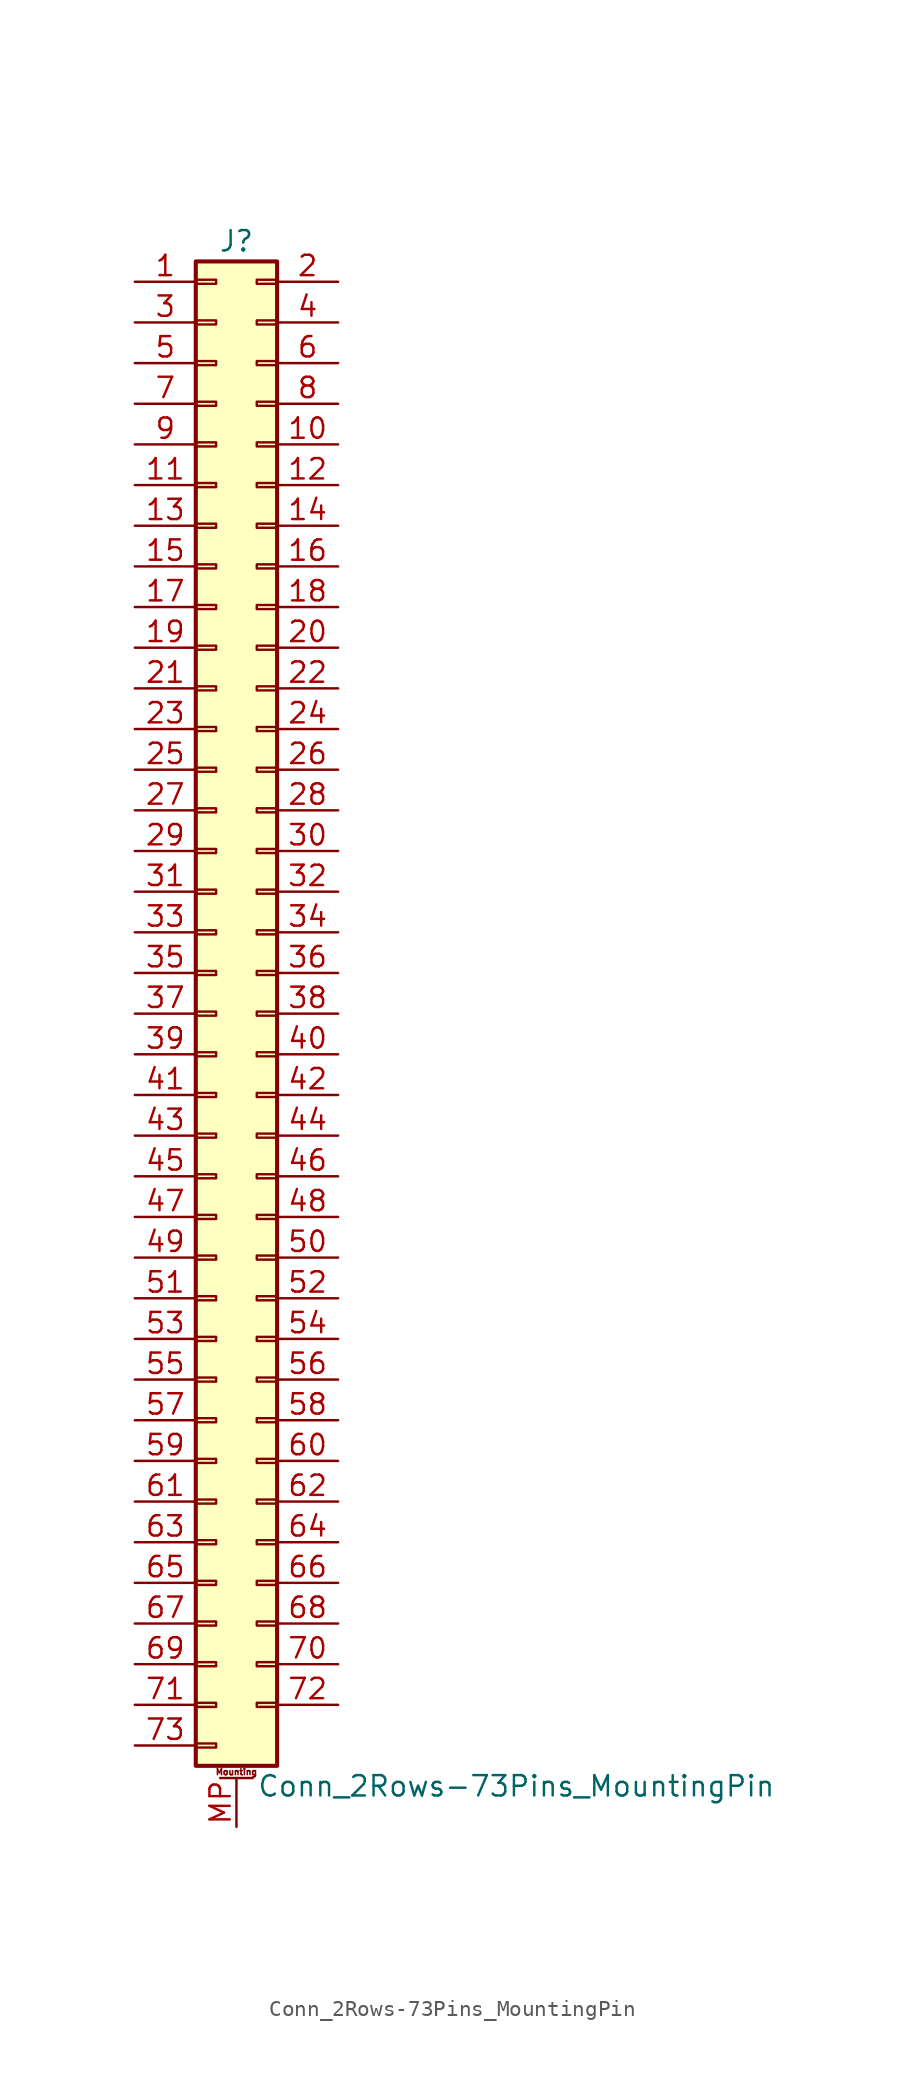
<source format=kicad_sym>
(kicad_symbol_lib
  (version 20201005)
  (generator kicad_symbol_editor)
  (symbol "Connector_Generic_MountingPin:Conn_2Rows-73Pins_MountingPin"
    (pin_names
      (offset 1.016) hide)
    (property "Reference" "J"
      (at 1.27 48.26 0)
      (effects (font (size 1.27 1.27))))
    (property "Value" "Conn_2Rows-73Pins_MountingPin"
      (at 2.54 -48.26 0)
      (effects (font (size 1.27 1.27)) (justify left)))
    (symbol "Conn_2Rows-73Pins_MountingPin_1_1"
      (text "Mounting" (at 1.27 -47.371 0) (effects (font (size 0.381 0.381))))
      (rectangle (start -1.27 -27.813) (end 0 -28.067) (stroke (width 0.152)) (fill (type none)))
      (rectangle (start -1.27 -30.353) (end 0 -30.607) (stroke (width 0.152)) (fill (type none)))
      (rectangle (start -1.27 -32.893) (end 0 -33.147) (stroke (width 0.152)) (fill (type none)))
      (rectangle (start -1.27 -35.433) (end 0 -35.687) (stroke (width 0.152)) (fill (type none)))
      (rectangle (start -1.27 -37.973) (end 0 -38.227) (stroke (width 0.152)) (fill (type none)))
      (rectangle (start -1.27 -40.513) (end 0 -40.767) (stroke (width 0.152)) (fill (type none)))
      (rectangle (start -1.27 -43.053) (end 0 -43.307) (stroke (width 0.152)) (fill (type none)))
      (rectangle (start -1.27 -45.593) (end 0 -45.847) (stroke (width 0.152)) (fill (type none)))
      (rectangle (start -1.27 -4.953) (end 0 -5.207) (stroke (width 0.152)) (fill (type none)))
      (rectangle (start -1.27 -7.493) (end 0 -7.747) (stroke (width 0.152)) (fill (type none)))
      (rectangle (start -1.27 -10.033) (end 0 -10.287) (stroke (width 0.152)) (fill (type none)))
      (rectangle (start -1.27 -12.573) (end 0 -12.827) (stroke (width 0.152)) (fill (type none)))
      (rectangle (start -1.27 -15.113) (end 0 -15.367) (stroke (width 0.152)) (fill (type none)))
      (rectangle (start -1.27 -17.653) (end 0 -17.907) (stroke (width 0.152)) (fill (type none)))
      (rectangle (start -1.27 -20.193) (end 0 -20.447) (stroke (width 0.152)) (fill (type none)))
      (rectangle (start -1.27 -22.733) (end 0 -22.987) (stroke (width 0.152)) (fill (type none)))
      (rectangle (start -1.27 -2.413) (end 0 -2.667) (stroke (width 0.152)) (fill (type none)))
      (rectangle (start -1.27 -25.273) (end 0 -25.527) (stroke (width 0.152)) (fill (type none)))
      (rectangle (start -1.27 25.527) (end 0 25.273) (stroke (width 0.152)) (fill (type none)))
      (rectangle (start -1.27 2.667) (end 0 2.413) (stroke (width 0.152)) (fill (type none)))
      (rectangle (start -1.27 28.067) (end 0 27.813) (stroke (width 0.152)) (fill (type none)))
      (rectangle (start -1.27 30.607) (end 0 30.353) (stroke (width 0.152)) (fill (type none)))
      (rectangle (start -1.27 33.147) (end 0 32.893) (stroke (width 0.152)) (fill (type none)))
      (rectangle (start -1.27 35.687) (end 0 35.433) (stroke (width 0.152)) (fill (type none)))
      (rectangle (start -1.27 38.227) (end 0 37.973) (stroke (width 0.152)) (fill (type none)))
      (rectangle (start -1.27 40.767) (end 0 40.513) (stroke (width 0.152)) (fill (type none)))
      (rectangle (start -1.27 43.307) (end 0 43.053) (stroke (width 0.152)) (fill (type none)))
      (rectangle (start -1.27 45.847) (end 0 45.593) (stroke (width 0.152)) (fill (type none)))
      (rectangle (start -1.27 46.99) (end 3.81 -46.99) (stroke (width 0.254)) (fill (type background)))
      (rectangle (start -1.27 5.207) (end 0 4.953) (stroke (width 0.152)) (fill (type none)))
      (rectangle (start -1.27 7.747) (end 0 7.493) (stroke (width 0.152)) (fill (type none)))
      (rectangle (start -1.27 10.287) (end 0 10.033) (stroke (width 0.152)) (fill (type none)))
      (rectangle (start -1.27 0.127) (end 0 -0.127) (stroke (width 0.152)) (fill (type none)))
      (rectangle (start -1.27 12.827) (end 0 12.573) (stroke (width 0.152)) (fill (type none)))
      (rectangle (start -1.27 15.367) (end 0 15.113) (stroke (width 0.152)) (fill (type none)))
      (rectangle (start -1.27 17.907) (end 0 17.653) (stroke (width 0.152)) (fill (type none)))
      (rectangle (start -1.27 20.447) (end 0 20.193) (stroke (width 0.152)) (fill (type none)))
      (rectangle (start -1.27 22.987) (end 0 22.733) (stroke (width 0.152)) (fill (type none)))
      (rectangle (start 3.81 -27.813) (end 2.54 -28.067) (stroke (width 0.152)) (fill (type none)))
      (rectangle (start 3.81 -30.353) (end 2.54 -30.607) (stroke (width 0.152)) (fill (type none)))
      (rectangle (start 3.81 -32.893) (end 2.54 -33.147) (stroke (width 0.152)) (fill (type none)))
      (rectangle (start 3.81 -35.433) (end 2.54 -35.687) (stroke (width 0.152)) (fill (type none)))
      (rectangle (start 3.81 -37.973) (end 2.54 -38.227) (stroke (width 0.152)) (fill (type none)))
      (rectangle (start 3.81 -40.513) (end 2.54 -40.767) (stroke (width 0.152)) (fill (type none)))
      (rectangle (start 3.81 -43.053) (end 2.54 -43.307) (stroke (width 0.152)) (fill (type none)))
      (rectangle (start 3.81 -4.953) (end 2.54 -5.207) (stroke (width 0.152)) (fill (type none)))
      (rectangle (start 3.81 -7.493) (end 2.54 -7.747) (stroke (width 0.152)) (fill (type none)))
      (rectangle (start 3.81 -10.033) (end 2.54 -10.287) (stroke (width 0.152)) (fill (type none)))
      (rectangle (start 3.81 -12.573) (end 2.54 -12.827) (stroke (width 0.152)) (fill (type none)))
      (rectangle (start 3.81 -15.113) (end 2.54 -15.367) (stroke (width 0.152)) (fill (type none)))
      (rectangle (start 3.81 -17.653) (end 2.54 -17.907) (stroke (width 0.152)) (fill (type none)))
      (rectangle (start 3.81 -20.193) (end 2.54 -20.447) (stroke (width 0.152)) (fill (type none)))
      (rectangle (start 3.81 -22.733) (end 2.54 -22.987) (stroke (width 0.152)) (fill (type none)))
      (rectangle (start 3.81 -2.413) (end 2.54 -2.667) (stroke (width 0.152)) (fill (type none)))
      (rectangle (start 3.81 -25.273) (end 2.54 -25.527) (stroke (width 0.152)) (fill (type none)))
      (rectangle (start 3.81 25.527) (end 2.54 25.273) (stroke (width 0.152)) (fill (type none)))
      (rectangle (start 3.81 2.667) (end 2.54 2.413) (stroke (width 0.152)) (fill (type none)))
      (rectangle (start 3.81 28.067) (end 2.54 27.813) (stroke (width 0.152)) (fill (type none)))
      (rectangle (start 3.81 30.607) (end 2.54 30.353) (stroke (width 0.152)) (fill (type none)))
      (rectangle (start 3.81 33.147) (end 2.54 32.893) (stroke (width 0.152)) (fill (type none)))
      (rectangle (start 3.81 35.687) (end 2.54 35.433) (stroke (width 0.152)) (fill (type none)))
      (rectangle (start 3.81 38.227) (end 2.54 37.973) (stroke (width 0.152)) (fill (type none)))
      (rectangle (start 3.81 40.767) (end 2.54 40.513) (stroke (width 0.152)) (fill (type none)))
      (rectangle (start 3.81 43.307) (end 2.54 43.053) (stroke (width 0.152)) (fill (type none)))
      (rectangle (start 3.81 45.847) (end 2.54 45.593) (stroke (width 0.152)) (fill (type none)))
      (rectangle (start 3.81 5.207) (end 2.54 4.953) (stroke (width 0.152)) (fill (type none)))
      (rectangle (start 3.81 7.747) (end 2.54 7.493) (stroke (width 0.152)) (fill (type none)))
      (rectangle (start 3.81 10.287) (end 2.54 10.033) (stroke (width 0.152)) (fill (type none)))
      (rectangle (start 3.81 0.127) (end 2.54 -0.127) (stroke (width 0.152)) (fill (type none)))
      (rectangle (start 3.81 12.827) (end 2.54 12.573) (stroke (width 0.152)) (fill (type none)))
      (rectangle (start 3.81 15.367) (end 2.54 15.113) (stroke (width 0.152)) (fill (type none)))
      (rectangle (start 3.81 17.907) (end 2.54 17.653) (stroke (width 0.152)) (fill (type none)))
      (rectangle (start 3.81 20.447) (end 2.54 20.193) (stroke (width 0.152)) (fill (type none)))
      (rectangle (start 3.81 22.987) (end 2.54 22.733) (stroke (width 0.152)) (fill (type none)))
      (polyline (pts (xy 0.254 -47.752) (xy 2.286 -47.752)) (stroke (width 0.152)) (fill (type none)))
      (pin passive line (at 1.27 -50.8 90) (length 3.048) (name "MountPin" (effects (font (size 1.27 1.27)))) (number "MP" (effects (font (size 1.27 1.27)))))
      (pin passive line (at -5.08 45.72 0) (length 3.81) (name "Pin_1" (effects (font (size 1.27 1.27)))) (number "1" (effects (font (size 1.27 1.27)))))
      (pin passive line (at 7.62 35.56 180) (length 3.81) (name "Pin_10" (effects (font (size 1.27 1.27)))) (number "10" (effects (font (size 1.27 1.27)))))
      (pin passive line (at -5.08 33.02 0) (length 3.81) (name "Pin_11" (effects (font (size 1.27 1.27)))) (number "11" (effects (font (size 1.27 1.27)))))
      (pin passive line (at 7.62 33.02 180) (length 3.81) (name "Pin_12" (effects (font (size 1.27 1.27)))) (number "12" (effects (font (size 1.27 1.27)))))
      (pin passive line (at -5.08 30.48 0) (length 3.81) (name "Pin_13" (effects (font (size 1.27 1.27)))) (number "13" (effects (font (size 1.27 1.27)))))
      (pin passive line (at 7.62 30.48 180) (length 3.81) (name "Pin_14" (effects (font (size 1.27 1.27)))) (number "14" (effects (font (size 1.27 1.27)))))
      (pin passive line (at -5.08 27.94 0) (length 3.81) (name "Pin_15" (effects (font (size 1.27 1.27)))) (number "15" (effects (font (size 1.27 1.27)))))
      (pin passive line (at 7.62 27.94 180) (length 3.81) (name "Pin_16" (effects (font (size 1.27 1.27)))) (number "16" (effects (font (size 1.27 1.27)))))
      (pin passive line (at -5.08 25.4 0) (length 3.81) (name "Pin_17" (effects (font (size 1.27 1.27)))) (number "17" (effects (font (size 1.27 1.27)))))
      (pin passive line (at 7.62 25.4 180) (length 3.81) (name "Pin_18" (effects (font (size 1.27 1.27)))) (number "18" (effects (font (size 1.27 1.27)))))
      (pin passive line (at -5.08 22.86 0) (length 3.81) (name "Pin_19" (effects (font (size 1.27 1.27)))) (number "19" (effects (font (size 1.27 1.27)))))
      (pin passive line (at 7.62 45.72 180) (length 3.81) (name "Pin_2" (effects (font (size 1.27 1.27)))) (number "2" (effects (font (size 1.27 1.27)))))
      (pin passive line (at 7.62 22.86 180) (length 3.81) (name "Pin_20" (effects (font (size 1.27 1.27)))) (number "20" (effects (font (size 1.27 1.27)))))
      (pin passive line (at -5.08 20.32 0) (length 3.81) (name "Pin_21" (effects (font (size 1.27 1.27)))) (number "21" (effects (font (size 1.27 1.27)))))
      (pin passive line (at 7.62 20.32 180) (length 3.81) (name "Pin_22" (effects (font (size 1.27 1.27)))) (number "22" (effects (font (size 1.27 1.27)))))
      (pin passive line (at -5.08 17.78 0) (length 3.81) (name "Pin_23" (effects (font (size 1.27 1.27)))) (number "23" (effects (font (size 1.27 1.27)))))
      (pin passive line (at 7.62 17.78 180) (length 3.81) (name "Pin_24" (effects (font (size 1.27 1.27)))) (number "24" (effects (font (size 1.27 1.27)))))
      (pin passive line (at -5.08 15.24 0) (length 3.81) (name "Pin_25" (effects (font (size 1.27 1.27)))) (number "25" (effects (font (size 1.27 1.27)))))
      (pin passive line (at 7.62 15.24 180) (length 3.81) (name "Pin_26" (effects (font (size 1.27 1.27)))) (number "26" (effects (font (size 1.27 1.27)))))
      (pin passive line (at -5.08 12.7 0) (length 3.81) (name "Pin_27" (effects (font (size 1.27 1.27)))) (number "27" (effects (font (size 1.27 1.27)))))
      (pin passive line (at 7.62 12.7 180) (length 3.81) (name "Pin_28" (effects (font (size 1.27 1.27)))) (number "28" (effects (font (size 1.27 1.27)))))
      (pin passive line (at -5.08 10.16 0) (length 3.81) (name "Pin_29" (effects (font (size 1.27 1.27)))) (number "29" (effects (font (size 1.27 1.27)))))
      (pin passive line (at -5.08 43.18 0) (length 3.81) (name "Pin_3" (effects (font (size 1.27 1.27)))) (number "3" (effects (font (size 1.27 1.27)))))
      (pin passive line (at 7.62 10.16 180) (length 3.81) (name "Pin_30" (effects (font (size 1.27 1.27)))) (number "30" (effects (font (size 1.27 1.27)))))
      (pin passive line (at -5.08 7.62 0) (length 3.81) (name "Pin_31" (effects (font (size 1.27 1.27)))) (number "31" (effects (font (size 1.27 1.27)))))
      (pin passive line (at 7.62 7.62 180) (length 3.81) (name "Pin_32" (effects (font (size 1.27 1.27)))) (number "32" (effects (font (size 1.27 1.27)))))
      (pin passive line (at -5.08 5.08 0) (length 3.81) (name "Pin_33" (effects (font (size 1.27 1.27)))) (number "33" (effects (font (size 1.27 1.27)))))
      (pin passive line (at 7.62 5.08 180) (length 3.81) (name "Pin_34" (effects (font (size 1.27 1.27)))) (number "34" (effects (font (size 1.27 1.27)))))
      (pin passive line (at -5.08 2.54 0) (length 3.81) (name "Pin_35" (effects (font (size 1.27 1.27)))) (number "35" (effects (font (size 1.27 1.27)))))
      (pin passive line (at 7.62 2.54 180) (length 3.81) (name "Pin_36" (effects (font (size 1.27 1.27)))) (number "36" (effects (font (size 1.27 1.27)))))
      (pin passive line (at -5.08 0 0) (length 3.81) (name "Pin_37" (effects (font (size 1.27 1.27)))) (number "37" (effects (font (size 1.27 1.27)))))
      (pin passive line (at 7.62 0 180) (length 3.81) (name "Pin_38" (effects (font (size 1.27 1.27)))) (number "38" (effects (font (size 1.27 1.27)))))
      (pin passive line (at -5.08 -2.54 0) (length 3.81) (name "Pin_39" (effects (font (size 1.27 1.27)))) (number "39" (effects (font (size 1.27 1.27)))))
      (pin passive line (at 7.62 43.18 180) (length 3.81) (name "Pin_4" (effects (font (size 1.27 1.27)))) (number "4" (effects (font (size 1.27 1.27)))))
      (pin passive line (at 7.62 -2.54 180) (length 3.81) (name "Pin_40" (effects (font (size 1.27 1.27)))) (number "40" (effects (font (size 1.27 1.27)))))
      (pin passive line (at -5.08 -5.08 0) (length 3.81) (name "Pin_41" (effects (font (size 1.27 1.27)))) (number "41" (effects (font (size 1.27 1.27)))))
      (pin passive line (at 7.62 -5.08 180) (length 3.81) (name "Pin_42" (effects (font (size 1.27 1.27)))) (number "42" (effects (font (size 1.27 1.27)))))
      (pin passive line (at -5.08 -7.62 0) (length 3.81) (name "Pin_43" (effects (font (size 1.27 1.27)))) (number "43" (effects (font (size 1.27 1.27)))))
      (pin passive line (at 7.62 -7.62 180) (length 3.81) (name "Pin_44" (effects (font (size 1.27 1.27)))) (number "44" (effects (font (size 1.27 1.27)))))
      (pin passive line (at -5.08 -10.16 0) (length 3.81) (name "Pin_45" (effects (font (size 1.27 1.27)))) (number "45" (effects (font (size 1.27 1.27)))))
      (pin passive line (at 7.62 -10.16 180) (length 3.81) (name "Pin_46" (effects (font (size 1.27 1.27)))) (number "46" (effects (font (size 1.27 1.27)))))
      (pin passive line (at -5.08 -12.7 0) (length 3.81) (name "Pin_47" (effects (font (size 1.27 1.27)))) (number "47" (effects (font (size 1.27 1.27)))))
      (pin passive line (at 7.62 -12.7 180) (length 3.81) (name "Pin_48" (effects (font (size 1.27 1.27)))) (number "48" (effects (font (size 1.27 1.27)))))
      (pin passive line (at -5.08 -15.24 0) (length 3.81) (name "Pin_49" (effects (font (size 1.27 1.27)))) (number "49" (effects (font (size 1.27 1.27)))))
      (pin passive line (at -5.08 40.64 0) (length 3.81) (name "Pin_5" (effects (font (size 1.27 1.27)))) (number "5" (effects (font (size 1.27 1.27)))))
      (pin passive line (at 7.62 -15.24 180) (length 3.81) (name "Pin_50" (effects (font (size 1.27 1.27)))) (number "50" (effects (font (size 1.27 1.27)))))
      (pin passive line (at -5.08 -17.78 0) (length 3.81) (name "Pin_51" (effects (font (size 1.27 1.27)))) (number "51" (effects (font (size 1.27 1.27)))))
      (pin passive line (at 7.62 -17.78 180) (length 3.81) (name "Pin_52" (effects (font (size 1.27 1.27)))) (number "52" (effects (font (size 1.27 1.27)))))
      (pin passive line (at -5.08 -20.32 0) (length 3.81) (name "Pin_53" (effects (font (size 1.27 1.27)))) (number "53" (effects (font (size 1.27 1.27)))))
      (pin passive line (at 7.62 -20.32 180) (length 3.81) (name "Pin_54" (effects (font (size 1.27 1.27)))) (number "54" (effects (font (size 1.27 1.27)))))
      (pin passive line (at -5.08 -22.86 0) (length 3.81) (name "Pin_55" (effects (font (size 1.27 1.27)))) (number "55" (effects (font (size 1.27 1.27)))))
      (pin passive line (at 7.62 -22.86 180) (length 3.81) (name "Pin_56" (effects (font (size 1.27 1.27)))) (number "56" (effects (font (size 1.27 1.27)))))
      (pin passive line (at -5.08 -25.4 0) (length 3.81) (name "Pin_57" (effects (font (size 1.27 1.27)))) (number "57" (effects (font (size 1.27 1.27)))))
      (pin passive line (at 7.62 -25.4 180) (length 3.81) (name "Pin_58" (effects (font (size 1.27 1.27)))) (number "58" (effects (font (size 1.27 1.27)))))
      (pin passive line (at -5.08 -27.94 0) (length 3.81) (name "Pin_59" (effects (font (size 1.27 1.27)))) (number "59" (effects (font (size 1.27 1.27)))))
      (pin passive line (at 7.62 40.64 180) (length 3.81) (name "Pin_6" (effects (font (size 1.27 1.27)))) (number "6" (effects (font (size 1.27 1.27)))))
      (pin passive line (at 7.62 -27.94 180) (length 3.81) (name "Pin_60" (effects (font (size 1.27 1.27)))) (number "60" (effects (font (size 1.27 1.27)))))
      (pin passive line (at -5.08 -30.48 0) (length 3.81) (name "Pin_61" (effects (font (size 1.27 1.27)))) (number "61" (effects (font (size 1.27 1.27)))))
      (pin passive line (at 7.62 -30.48 180) (length 3.81) (name "Pin_62" (effects (font (size 1.27 1.27)))) (number "62" (effects (font (size 1.27 1.27)))))
      (pin passive line (at -5.08 -33.02 0) (length 3.81) (name "Pin_63" (effects (font (size 1.27 1.27)))) (number "63" (effects (font (size 1.27 1.27)))))
      (pin passive line (at 7.62 -33.02 180) (length 3.81) (name "Pin_64" (effects (font (size 1.27 1.27)))) (number "64" (effects (font (size 1.27 1.27)))))
      (pin passive line (at -5.08 -35.56 0) (length 3.81) (name "Pin_65" (effects (font (size 1.27 1.27)))) (number "65" (effects (font (size 1.27 1.27)))))
      (pin passive line (at 7.62 -35.56 180) (length 3.81) (name "Pin_66" (effects (font (size 1.27 1.27)))) (number "66" (effects (font (size 1.27 1.27)))))
      (pin passive line (at -5.08 -38.1 0) (length 3.81) (name "Pin_67" (effects (font (size 1.27 1.27)))) (number "67" (effects (font (size 1.27 1.27)))))
      (pin passive line (at 7.62 -38.1 180) (length 3.81) (name "Pin_68" (effects (font (size 1.27 1.27)))) (number "68" (effects (font (size 1.27 1.27)))))
      (pin passive line (at -5.08 -40.64 0) (length 3.81) (name "Pin_69" (effects (font (size 1.27 1.27)))) (number "69" (effects (font (size 1.27 1.27)))))
      (pin passive line (at -5.08 38.1 0) (length 3.81) (name "Pin_7" (effects (font (size 1.27 1.27)))) (number "7" (effects (font (size 1.27 1.27)))))
      (pin passive line (at 7.62 -40.64 180) (length 3.81) (name "Pin_70" (effects (font (size 1.27 1.27)))) (number "70" (effects (font (size 1.27 1.27)))))
      (pin passive line (at -5.08 -43.18 0) (length 3.81) (name "Pin_71" (effects (font (size 1.27 1.27)))) (number "71" (effects (font (size 1.27 1.27)))))
      (pin passive line (at 7.62 -43.18 180) (length 3.81) (name "Pin_72" (effects (font (size 1.27 1.27)))) (number "72" (effects (font (size 1.27 1.27)))))
      (pin passive line (at -5.08 -45.72 0) (length 3.81) (name "Pin_73" (effects (font (size 1.27 1.27)))) (number "73" (effects (font (size 1.27 1.27)))))
      (pin passive line (at 7.62 38.1 180) (length 3.81) (name "Pin_8" (effects (font (size 1.27 1.27)))) (number "8" (effects (font (size 1.27 1.27)))))
      (pin passive line (at -5.08 35.56 0) (length 3.81) (name "Pin_9" (effects (font (size 1.27 1.27)))) (number "9" (effects (font (size 1.27 1.27))))))))
</source>
